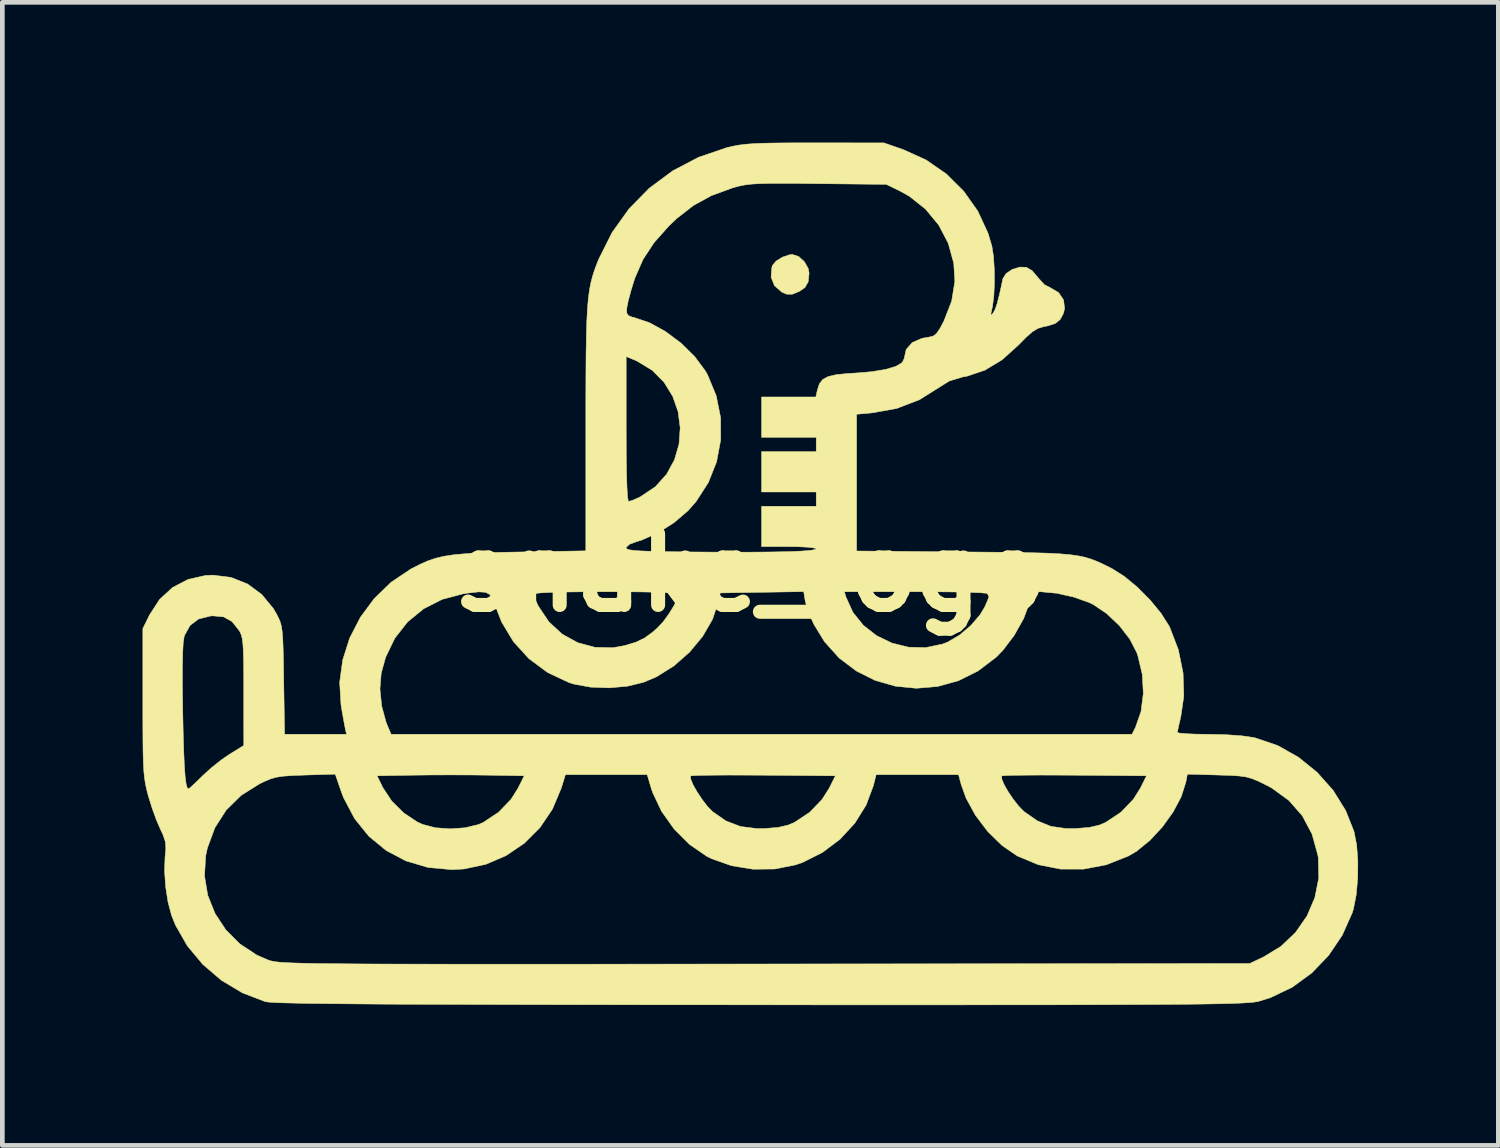
<source format=kicad_pcb>
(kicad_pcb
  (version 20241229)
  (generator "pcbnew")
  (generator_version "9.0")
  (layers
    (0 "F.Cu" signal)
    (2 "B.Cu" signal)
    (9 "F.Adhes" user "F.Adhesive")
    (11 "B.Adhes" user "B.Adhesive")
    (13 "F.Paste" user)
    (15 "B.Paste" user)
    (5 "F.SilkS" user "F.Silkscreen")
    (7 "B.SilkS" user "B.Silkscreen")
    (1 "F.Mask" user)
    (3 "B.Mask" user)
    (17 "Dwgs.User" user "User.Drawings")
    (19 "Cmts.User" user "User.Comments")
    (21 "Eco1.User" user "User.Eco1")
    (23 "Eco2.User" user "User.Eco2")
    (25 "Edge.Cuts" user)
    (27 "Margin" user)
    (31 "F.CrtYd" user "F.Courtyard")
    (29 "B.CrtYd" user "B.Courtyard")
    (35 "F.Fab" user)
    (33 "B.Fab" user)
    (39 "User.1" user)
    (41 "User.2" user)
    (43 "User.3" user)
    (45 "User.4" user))
  (footprint "snake_logo"
    (layer "F.Cu")
    (at 12.984 9.199)
    (property "Reference" "snake_logo" (at 0 0 0) (layer "F.SilkS") (effects (font (size 1.524 1.524) (thickness 0.3))))
    (attr through_hole)
    (fp_poly (pts (xy 1.048 -6.763) (xy 1.17 -6.651) (xy 1.252 -6.506) (xy 1.27 -6.407) (xy 1.251 -6.222) (xy 1.181 -6.1) (xy 1.063 -6.018) (xy 0.91 -5.956) (xy 0.788 -5.958) (xy 0.686 -6.002) (xy 0.529 -6.139) (xy 0.457 -6.323) (xy 0.474 -6.534) (xy 0.489 -6.576) (xy 0.565 -6.666) (xy 0.699 -6.749) (xy 0.849 -6.8) (xy 0.914 -6.807) (xy 1.048 -6.763)) (stroke (width 0.01) (type solid)) (fill yes) (layer "F.SilkS"))
    (fp_poly (pts (xy 1.392 -9.194) (xy 2.87 -9.193) (xy 3.286 -9.049) (xy 3.771 -8.829) (xy 4.205 -8.529) (xy 4.577 -8.16) (xy 4.878 -7.734) (xy 5.097 -7.261) (xy 5.179 -6.986) (xy 5.213 -6.771) (xy 5.231 -6.495) (xy 5.234 -6.198) (xy 5.221 -5.918) (xy 5.192 -5.693) (xy 5.185 -5.664) (xy 5.159 -5.543) (xy 5.163 -5.507) (xy 5.198 -5.543) (xy 5.206 -5.554) (xy 5.248 -5.631) (xy 5.292 -5.758) (xy 5.341 -5.95) (xy 5.401 -6.223) (xy 5.414 -6.288) (xy 5.483 -6.399) (xy 5.616 -6.488) (xy 5.777 -6.537) (xy 5.916 -6.533) (xy 6.038 -6.462) (xy 6.148 -6.333) (xy 6.153 -6.326) (xy 6.301 -6.162) (xy 6.433 -6.094) (xy 6.607 -5.991) (xy 6.712 -5.835) (xy 6.735 -5.65) (xy 6.706 -5.539) (xy 6.638 -5.414) (xy 6.54 -5.334) (xy 6.385 -5.282) (xy 6.28 -5.261) (xy 6.164 -5.226) (xy 6.048 -5.156) (xy 5.909 -5.034) (xy 5.751 -4.873) (xy 5.398 -4.554) (xy 5.026 -4.33) (xy 4.641 -4.202) (xy 4.55 -4.186) (xy 4.268 -4.1) (xy 4.074 -3.979) (xy 3.628 -3.699) (xy 3.142 -3.513) (xy 2.632 -3.421) (xy 2.286 -3.389) (xy 2.286 -0.465) (xy 4.585 -0.445) (xy 5.152 -0.44) (xy 5.628 -0.435) (xy 6.024 -0.428) (xy 6.35 -0.419) (xy 6.616 -0.406) (xy 6.834 -0.388) (xy 7.013 -0.364) (xy 7.164 -0.333) (xy 7.298 -0.293) (xy 7.425 -0.244) (xy 7.556 -0.184) (xy 7.702 -0.112) (xy 7.747 -0.089) (xy 8.012 0.078) (xy 8.293 0.311) (xy 8.563 0.583) (xy 8.798 0.869) (xy 8.97 1.141) (xy 8.984 1.168) (xy 9.167 1.645) (xy 9.268 2.143) (xy 9.284 2.638) (xy 9.221 3.073) (xy 9.182 3.24) (xy 9.155 3.365) (xy 9.146 3.416) (xy 9.193 3.43) (xy 9.323 3.442) (xy 9.517 3.451) (xy 9.757 3.455) (xy 9.817 3.455) (xy 10.193 3.464) (xy 10.52 3.487) (xy 10.774 3.524) (xy 10.815 3.533) (xy 11.291 3.695) (xy 11.735 3.945) (xy 12.135 4.269) (xy 12.477 4.653) (xy 12.746 5.086) (xy 12.924 5.534) (xy 12.98 5.818) (xy 13.006 6.162) (xy 13.003 6.529) (xy 12.972 6.883) (xy 12.913 7.186) (xy 12.889 7.267) (xy 12.673 7.752) (xy 12.38 8.186) (xy 12.02 8.56) (xy 11.604 8.864) (xy 11.144 9.085) (xy 10.889 9.165) (xy 10.845 9.175) (xy 10.787 9.183) (xy 10.711 9.191) (xy 10.612 9.198) (xy 10.486 9.205) (xy 10.329 9.211) (xy 10.137 9.216) (xy 9.906 9.221) (xy 9.632 9.225) (xy 9.31 9.229) (xy 8.937 9.232) (xy 8.508 9.234) (xy 8.018 9.236) (xy 7.465 9.238) (xy 6.843 9.24) (xy 6.149 9.241) (xy 5.378 9.241) (xy 4.527 9.242) (xy 3.59 9.242) (xy 2.565 9.242) (xy 1.446 9.242) (xy 0.229 9.241) (xy 0.221 9.241) (xy -1.036 9.24) (xy -2.196 9.24) (xy -3.261 9.238) (xy -4.235 9.237) (xy -5.122 9.235) (xy -5.925 9.233) (xy -6.648 9.231) (xy -7.294 9.229) (xy -7.867 9.226) (xy -8.371 9.222) (xy -8.809 9.218) (xy -9.184 9.214) (xy -9.501 9.21) (xy -9.763 9.204) (xy -9.973 9.199) (xy -10.135 9.193) (xy -10.252 9.186) (xy -10.329 9.178) (xy -10.363 9.172) (xy -10.851 8.985) (xy -11.3 8.716) (xy -11.697 8.376) (xy -12.029 7.978) (xy -12.282 7.535) (xy -12.365 7.328) (xy -12.44 7.046) (xy -12.492 6.712) (xy -12.507 6.486) (xy -11.66 6.486) (xy -11.591 6.898) (xy -11.436 7.286) (xy -11.204 7.638) (xy -10.903 7.939) (xy -10.542 8.177) (xy -10.296 8.284) (xy -10.262 8.295) (xy -10.224 8.305) (xy -10.176 8.314) (xy -10.114 8.323) (xy -10.033 8.331) (xy -9.931 8.337) (xy -9.802 8.344) (xy -9.643 8.349) (xy -9.448 8.354) (xy -9.215 8.358) (xy -8.938 8.361) (xy -8.614 8.364) (xy -8.238 8.367) (xy -7.806 8.369) (xy -7.314 8.37) (xy -6.758 8.371) (xy -6.133 8.372) (xy -5.435 8.372) (xy -4.661 8.372) (xy -3.805 8.372) (xy -2.864 8.371) (xy -1.833 8.37) (xy -0.708 8.369) (xy 0.33 8.368) (xy 10.693 8.357) (xy 10.984 8.22) (xy 11.359 7.992) (xy 11.673 7.694) (xy 11.918 7.342) (xy 12.086 6.949) (xy 12.17 6.531) (xy 12.16 6.103) (xy 12.15 6.037) (xy 12.026 5.589) (xy 11.819 5.199) (xy 11.53 4.869) (xy 11.163 4.603) (xy 11.036 4.535) (xy 10.871 4.455) (xy 10.738 4.401) (xy 10.61 4.366) (xy 10.46 4.346) (xy 10.261 4.334) (xy 10.004 4.326) (xy 9.36 4.308) (xy 9.328 4.478) (xy 9.229 4.79) (xy 9.055 5.118) (xy 8.825 5.438) (xy 8.557 5.726) (xy 8.271 5.958) (xy 8.101 6.058) (xy 7.627 6.246) (xy 7.138 6.339) (xy 6.647 6.338) (xy 6.168 6.243) (xy 5.72 6.056) (xy 5.396 5.833) (xy 5.091 5.535) (xy 4.827 5.187) (xy 4.625 4.816) (xy 4.524 4.534) (xy 4.491 4.411) (xy 5.391 4.411) (xy 5.441 4.532) (xy 5.529 4.685) (xy 5.639 4.847) (xy 5.756 4.996) (xy 5.868 5.109) (xy 5.872 5.112) (xy 6.155 5.308) (xy 6.443 5.424) (xy 6.766 5.471) (xy 6.985 5.47) (xy 7.266 5.446) (xy 7.48 5.396) (xy 7.61 5.341) (xy 7.938 5.123) (xy 8.205 4.845) (xy 8.355 4.607) (xy 8.486 4.343) (xy 6.953 4.33) (xy 6.569 4.328) (xy 6.217 4.327) (xy 5.912 4.329) (xy 5.666 4.332) (xy 5.491 4.337) (xy 5.401 4.343) (xy 5.391 4.346) (xy 5.391 4.411) (xy 4.491 4.411) (xy 4.466 4.318) (xy 2.704 4.318) (xy 2.645 4.553) (xy 2.489 4.971) (xy 2.247 5.358) (xy 1.931 5.7) (xy 1.555 5.983) (xy 1.133 6.195) (xy 0.976 6.249) (xy 0.537 6.336) (xy 0.072 6.341) (xy -0.389 6.266) (xy -0.815 6.116) (xy -0.922 6.062) (xy -1.288 5.81) (xy -1.615 5.483) (xy -1.885 5.104) (xy -2.077 4.698) (xy -2.114 4.585) (xy -2.184 4.346) (xy -1.264 4.346) (xy -1.263 4.41) (xy -1.213 4.531) (xy -1.127 4.684) (xy -1.02 4.846) (xy -0.905 4.995) (xy -0.797 5.107) (xy -0.796 5.108) (xy -0.508 5.308) (xy -0.198 5.427) (xy 0.158 5.472) (xy 0.33 5.47) (xy 0.61 5.446) (xy 0.823 5.396) (xy 0.955 5.341) (xy 1.283 5.123) (xy 1.55 4.845) (xy 1.7 4.607) (xy 1.832 4.343) (xy 0.298 4.33) (xy -0.086 4.328) (xy -0.437 4.327) (xy -0.743 4.329) (xy -0.989 4.332) (xy -1.164 4.337) (xy -1.254 4.343) (xy -1.264 4.346) (xy -2.184 4.346) (xy -2.192 4.318) (xy -3.941 4.318) (xy -4.031 4.608) (xy -4.219 5.056) (xy -4.487 5.452) (xy -4.821 5.786) (xy -5.212 6.051) (xy -5.646 6.237) (xy -6.113 6.336) (xy -6.37 6.35) (xy -6.88 6.303) (xy -7.351 6.164) (xy -7.775 5.94) (xy -8.144 5.637) (xy -8.45 5.259) (xy -8.686 4.812) (xy -8.745 4.655) (xy -8.852 4.343) (xy -7.97 4.343) (xy -7.845 4.597) (xy -7.656 4.883) (xy -7.4 5.137) (xy -7.108 5.331) (xy -6.996 5.382) (xy -6.721 5.454) (xy -6.405 5.477) (xy -6.087 5.454) (xy -5.804 5.386) (xy -5.7 5.341) (xy -5.372 5.123) (xy -5.104 4.845) (xy -4.954 4.607) (xy -4.823 4.343) (xy -5.612 4.329) (xy -5.976 4.325) (xy -6.391 4.324) (xy -6.806 4.325) (xy -7.172 4.329) (xy -7.185 4.329) (xy -7.97 4.343) (xy -8.852 4.343) (xy -8.865 4.308) (xy -9.504 4.327) (xy -9.776 4.337) (xy -9.973 4.351) (xy -10.122 4.373) (xy -10.249 4.409) (xy -10.381 4.465) (xy -10.482 4.514) (xy -10.876 4.761) (xy -11.197 5.077) (xy -11.439 5.455) (xy -11.599 5.889) (xy -11.636 6.064) (xy -11.66 6.486) (xy -12.507 6.486) (xy -12.515 6.374) (xy -12.504 6.08) (xy -12.503 6.071) (xy -12.487 5.886) (xy -12.5 5.745) (xy -12.55 5.599) (xy -12.607 5.478) (xy -12.69 5.285) (xy -12.778 5.042) (xy -12.855 4.797) (xy -12.864 4.767) (xy -12.896 4.642) (xy -12.922 4.524) (xy -12.942 4.4) (xy -12.957 4.255) (xy -12.967 4.077) (xy -12.974 3.852) (xy -12.977 3.565) (xy -12.979 3.204) (xy -12.979 2.769) (xy -12.979 2.044) (xy -12.133 2.044) (xy -12.133 2.466) (xy -12.126 2.949) (xy -12.116 3.432) (xy -12.104 3.822) (xy -12.091 4.125) (xy -12.075 4.349) (xy -12.056 4.501) (xy -12.034 4.59) (xy -12.007 4.622) (xy -12.003 4.623) (xy -11.958 4.589) (xy -11.862 4.5) (xy -11.733 4.374) (xy -11.709 4.35) (xy -11.52 4.177) (xy -11.301 4.003) (xy -11.13 3.885) (xy -10.82 3.694) (xy -10.821 2.545) (xy -10.821 2.17) (xy -10.824 1.883) (xy -10.83 1.669) (xy -10.84 1.513) (xy -10.855 1.403) (xy -10.876 1.323) (xy -10.905 1.26) (xy -10.92 1.235) (xy -11.072 1.044) (xy -11.251 0.944) (xy -11.481 0.922) (xy -11.534 0.926) (xy -11.786 0.989) (xy -11.968 1.126) (xy -12.086 1.338) (xy -12.096 1.371) (xy -12.115 1.495) (xy -12.127 1.72) (xy -12.133 2.044) (xy -12.979 2.044) (xy -12.979 1.194) (xy -12.837 0.904) (xy -12.621 0.571) (xy -12.344 0.316) (xy -12.013 0.143) (xy -11.639 0.058) (xy -11.481 0.051) (xy -11.095 0.099) (xy -10.742 0.239) (xy -10.436 0.464) (xy -10.189 0.764) (xy -10.12 0.883) (xy -10.076 0.969) (xy -10.042 1.049) (xy -10.017 1.137) (xy -10 1.25) (xy -9.987 1.401) (xy -9.979 1.606) (xy -9.972 1.88) (xy -9.967 2.238) (xy -9.966 2.299) (xy -9.948 3.454) (xy -8.624 3.454) (xy -8.654 3.315) (xy -8.677 3.193) (xy -8.71 3.011) (xy -8.741 2.825) (xy -8.761 2.483) (xy -7.908 2.483) (xy -7.872 2.847) (xy -7.778 3.195) (xy -7.751 3.264) (xy -7.669 3.454) (xy 8.176 3.454) (xy 8.247 3.315) (xy 8.368 2.972) (xy 8.418 2.583) (xy 8.396 2.175) (xy 8.301 1.773) (xy 8.278 1.708) (xy 8.127 1.416) (xy 7.904 1.129) (xy 7.635 0.874) (xy 7.348 0.68) (xy 7.266 0.64) (xy 6.933 0.521) (xy 6.567 0.439) (xy 6.225 0.407) (xy 6.212 0.407) (xy 6.107 0.416) (xy 6.047 0.464) (xy 6.004 0.576) (xy 5.992 0.622) (xy 5.859 0.979) (xy 5.658 1.338) (xy 5.413 1.661) (xy 5.276 1.802) (xy 4.885 2.1) (xy 4.462 2.31) (xy 4.018 2.433) (xy 3.565 2.471) (xy 3.117 2.427) (xy 2.683 2.303) (xy 2.278 2.1) (xy 1.911 1.822) (xy 1.596 1.47) (xy 1.371 1.101) (xy 1.285 0.909) (xy 1.217 0.72) (xy 1.186 0.598) (xy 1.155 0.406) (xy 2.025 0.406) (xy 2.059 0.521) (xy 2.207 0.847) (xy 2.431 1.125) (xy 2.714 1.346) (xy 3.042 1.504) (xy 3.396 1.592) (xy 3.762 1.601) (xy 4.122 1.526) (xy 4.239 1.48) (xy 4.489 1.333) (xy 4.729 1.129) (xy 4.927 0.898) (xy 5.025 0.735) (xy 5.087 0.593) (xy 5.125 0.487) (xy 5.131 0.458) (xy 5.08 0.441) (xy 4.931 0.428) (xy 4.684 0.418) (xy 4.343 0.411) (xy 3.909 0.407) (xy 3.578 0.406) (xy 2.025 0.406) (xy 1.155 0.406) (xy 1.155 0.404) (xy 0.262 0.418) (xy -0.631 0.432) (xy -0.67 0.623) (xy -0.796 0.997) (xy -1.007 1.362) (xy -1.288 1.7) (xy -1.622 1.993) (xy -1.994 2.226) (xy -2.273 2.344) (xy -2.621 2.428) (xy -3.011 2.462) (xy -3.403 2.447) (xy -3.759 2.382) (xy -3.873 2.346) (xy -4.327 2.131) (xy -4.723 1.837) (xy -5.053 1.474) (xy -5.306 1.054) (xy -5.436 0.721) (xy -5.491 0.567) (xy -5.554 0.469) (xy -5.572 0.459) (xy -4.623 0.459) (xy -4.601 0.534) (xy -4.547 0.659) (xy -4.519 0.716) (xy -4.295 1.05) (xy -4.01 1.313) (xy -3.677 1.496) (xy -3.31 1.595) (xy -2.922 1.603) (xy -2.665 1.556) (xy -2.431 1.484) (xy -2.252 1.398) (xy -2.079 1.273) (xy -1.973 1.18) (xy -1.851 1.049) (xy -1.728 0.88) (xy -1.62 0.704) (xy -1.546 0.55) (xy -1.524 0.459) (xy -1.575 0.442) (xy -1.727 0.428) (xy -1.981 0.417) (xy -2.336 0.41) (xy -2.792 0.407) (xy -3.073 0.406) (xy -3.581 0.408) (xy -3.987 0.413) (xy -4.293 0.422) (xy -4.499 0.433) (xy -4.606 0.449) (xy -4.623 0.459) (xy -5.572 0.459) (xy -5.647 0.419) (xy -5.79 0.409) (xy -6.003 0.432) (xy -6.125 0.45) (xy -6.576 0.569) (xy -6.975 0.772) (xy -7.316 1.051) (xy -7.589 1.399) (xy -7.787 1.808) (xy -7.881 2.148) (xy -7.908 2.483) (xy -8.761 2.483) (xy -8.77 2.347) (xy -8.705 1.867) (xy -8.556 1.398) (xy -8.328 0.955) (xy -8.03 0.552) (xy -7.669 0.203) (xy -7.252 -0.077) (xy -7.231 -0.088) (xy -7.053 -0.179) (xy -6.888 -0.252) (xy -6.722 -0.309) (xy -6.538 -0.353) (xy -6.325 -0.385) (xy -6.066 -0.408) (xy -5.747 -0.424) (xy -5.355 -0.436) (xy -4.915 -0.444) (xy -3.505 -0.468) (xy -3.505 -0.532) (xy -2.642 -0.532) (xy -2.628 -0.51) (xy -2.581 -0.492) (xy -2.489 -0.478) (xy -2.342 -0.467) (xy -2.13 -0.459) (xy -1.842 -0.452) (xy -1.466 -0.447) (xy -1.283 -0.445) (xy -0.619 -0.44) (xy -0.046 -0.44) (xy 0.436 -0.444) (xy 0.825 -0.451) (xy 1.118 -0.464) (xy 1.314 -0.48) (xy 1.411 -0.5) (xy 1.422 -0.511) (xy 1.375 -0.53) (xy 1.243 -0.546) (xy 1.046 -0.556) (xy 0.838 -0.559) (xy 0.254 -0.559) (xy 0.254 -1.422) (xy 1.422 -1.422) (xy 1.422 -1.727) (xy 0.254 -1.727) (xy 0.254 -2.591) (xy 1.422 -2.591) (xy 1.422 -2.896) (xy 0.254 -2.896) (xy 0.254 -3.759) (xy 1.414 -3.759) (xy 1.447 -3.906) (xy 1.489 -4.038) (xy 1.56 -4.132) (xy 1.676 -4.196) (xy 1.854 -4.237) (xy 2.109 -4.262) (xy 2.253 -4.27) (xy 2.613 -4.3) (xy 2.907 -4.349) (xy 3.125 -4.414) (xy 3.26 -4.493) (xy 3.302 -4.577) (xy 3.346 -4.775) (xy 3.475 -4.923) (xy 3.685 -5.014) (xy 3.835 -5.04) (xy 3.922 -5.06) (xy 3.993 -5.114) (xy 4.068 -5.222) (xy 4.154 -5.385) (xy 4.319 -5.809) (xy 4.387 -6.229) (xy 4.364 -6.616) (xy 4.247 -7.044) (xy 4.042 -7.436) (xy 3.76 -7.777) (xy 3.412 -8.053) (xy 3.226 -8.157) (xy 2.921 -8.306) (xy 1.454 -8.321) (xy 1.024 -8.326) (xy 0.683 -8.327) (xy 0.415 -8.326) (xy 0.208 -8.321) (xy 0.046 -8.312) (xy -0.083 -8.297) (xy -0.194 -8.277) (xy -0.3 -8.25) (xy -0.375 -8.228) (xy -0.82 -8.065) (xy -1.203 -7.855) (xy -1.559 -7.578) (xy -1.728 -7.417) (xy -2.044 -7.062) (xy -2.281 -6.701) (xy -2.457 -6.3) (xy -2.536 -6.046) (xy -2.6 -5.809) (xy -2.631 -5.651) (xy -2.629 -5.554) (xy -2.592 -5.499) (xy -2.518 -5.469) (xy -2.477 -5.46) (xy -2.143 -5.348) (xy -1.799 -5.158) (xy -1.469 -4.911) (xy -1.177 -4.624) (xy -0.948 -4.316) (xy -0.903 -4.237) (xy -0.716 -3.785) (xy -0.622 -3.314) (xy -0.621 -2.838) (xy -0.709 -2.371) (xy -0.885 -1.928) (xy -1.147 -1.522) (xy -1.321 -1.325) (xy -1.62 -1.07) (xy -1.962 -0.853) (xy -2.311 -0.698) (xy -2.426 -0.663) (xy -2.567 -0.61) (xy -2.638 -0.549) (xy -2.642 -0.532) (xy -3.505 -0.532) (xy -3.505 -3.074) (xy -2.642 -3.074) (xy -2.64 -2.567) (xy -2.635 -2.16) (xy -2.626 -1.854) (xy -2.615 -1.648) (xy -2.599 -1.541) (xy -2.589 -1.524) (xy -2.514 -1.546) (xy -2.389 -1.6) (xy -2.333 -1.628) (xy -2.019 -1.839) (xy -1.777 -2.107) (xy -1.609 -2.415) (xy -1.512 -2.75) (xy -1.487 -3.099) (xy -1.532 -3.445) (xy -1.648 -3.775) (xy -1.833 -4.075) (xy -2.086 -4.33) (xy -2.409 -4.526) (xy -2.454 -4.546) (xy -2.642 -4.624) (xy -2.642 -3.074) (xy -3.505 -3.074) (xy -3.505 -3.075) (xy -3.505 -3.702) (xy -3.503 -4.237) (xy -3.5 -4.689) (xy -3.493 -5.068) (xy -3.484 -5.384) (xy -3.47 -5.647) (xy -3.451 -5.866) (xy -3.427 -6.05) (xy -3.396 -6.209) (xy -3.358 -6.353) (xy -3.313 -6.491) (xy -3.259 -6.634) (xy -3.23 -6.705) (xy -2.946 -7.272) (xy -2.583 -7.781) (xy -2.148 -8.224) (xy -1.648 -8.595) (xy -1.093 -8.886) (xy -0.489 -9.092) (xy -0.487 -9.092) (xy -0.359 -9.122) (xy -0.232 -9.146) (xy -0.089 -9.164) (xy 0.081 -9.177) (xy 0.295 -9.186) (xy 0.566 -9.191) (xy 0.908 -9.194) (xy 1.336 -9.194) (xy 1.392 -9.194)) (stroke (width 0.01) (type solid)) (fill yes) (layer "F.SilkS")))
  (gr_rect
    (start -3 -3)
    (end 28.995 21.446)
    (stroke (width 0.1) (type default))
    (fill no)
    (layer "Edge.Cuts")))
</source>
